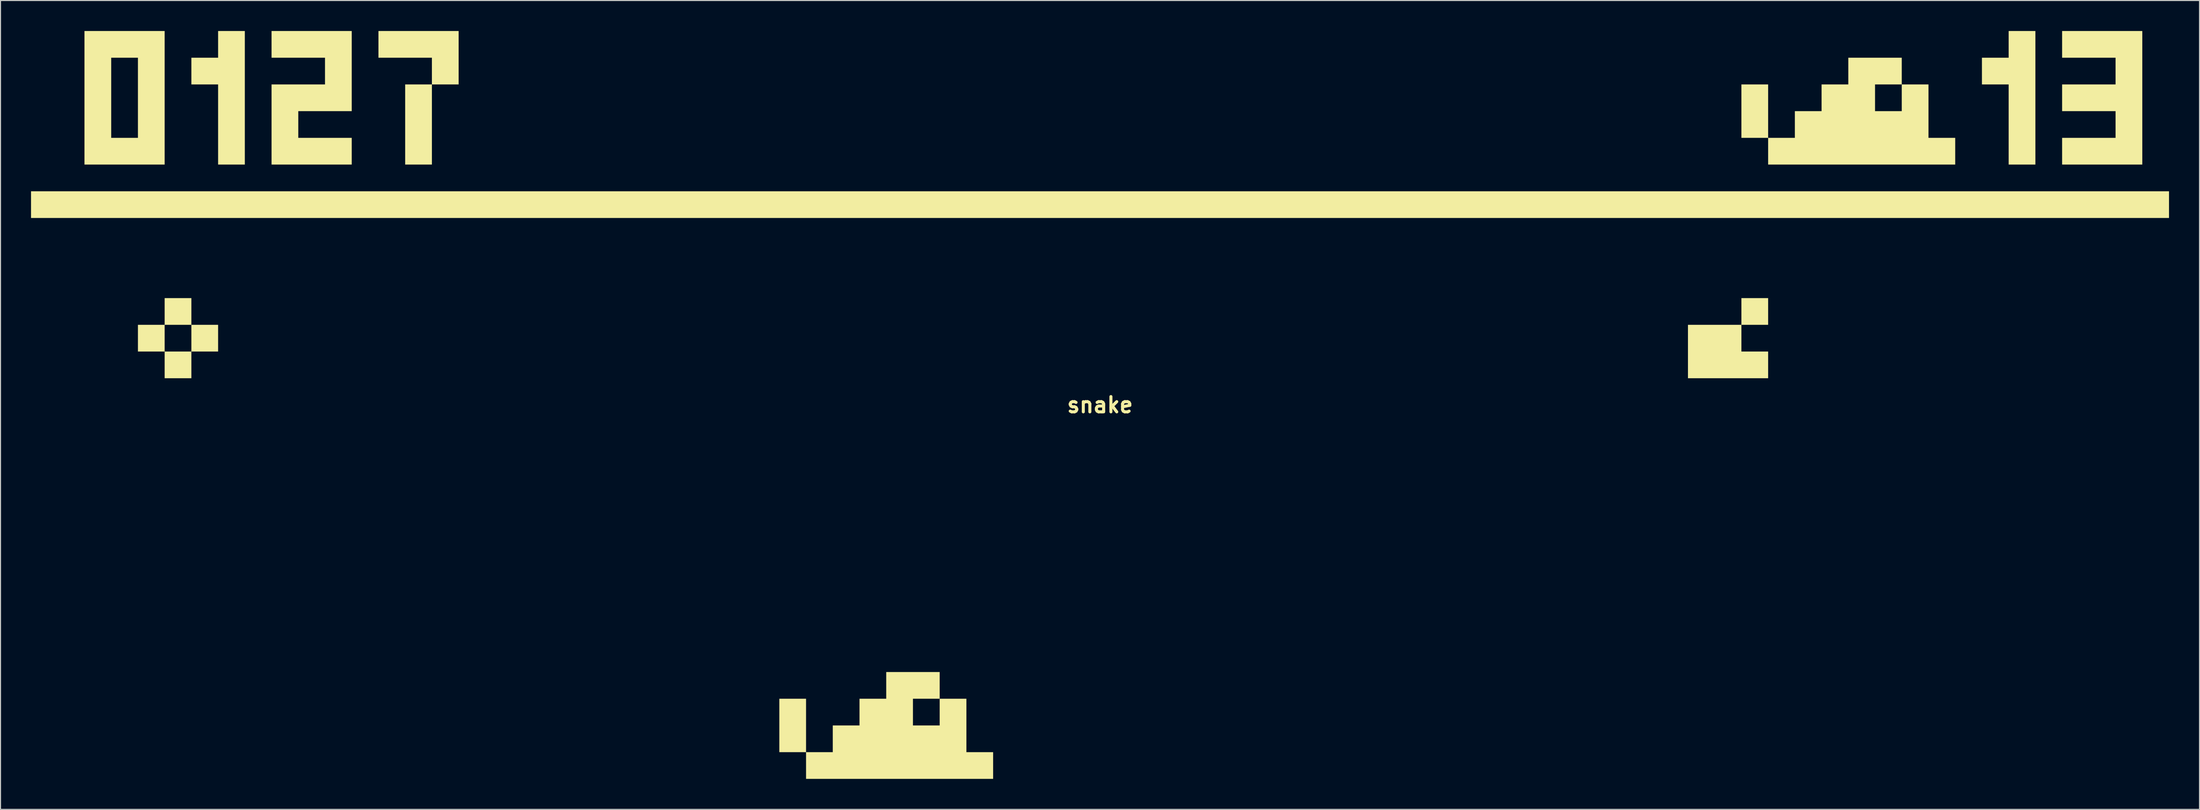
<source format=kicad_pcb>
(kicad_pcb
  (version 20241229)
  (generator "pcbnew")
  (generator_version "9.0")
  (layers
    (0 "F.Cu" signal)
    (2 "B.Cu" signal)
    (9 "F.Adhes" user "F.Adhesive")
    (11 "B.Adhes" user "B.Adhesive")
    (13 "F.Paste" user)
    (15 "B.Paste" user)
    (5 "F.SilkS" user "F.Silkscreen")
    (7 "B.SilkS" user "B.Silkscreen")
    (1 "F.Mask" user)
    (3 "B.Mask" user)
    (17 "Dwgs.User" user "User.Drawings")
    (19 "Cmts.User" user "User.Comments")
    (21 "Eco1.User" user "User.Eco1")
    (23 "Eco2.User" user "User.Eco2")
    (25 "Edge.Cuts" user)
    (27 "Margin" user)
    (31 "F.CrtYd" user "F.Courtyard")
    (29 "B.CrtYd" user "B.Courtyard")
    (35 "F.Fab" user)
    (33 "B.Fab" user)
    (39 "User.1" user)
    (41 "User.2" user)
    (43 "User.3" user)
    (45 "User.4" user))
  (footprint "snake"
    (layer "F.Cu")
    (at 105.067 36.774)
    (property "Reference" "snake" (at 0 0 0) (layer "F.SilkS") (effects (font (size 1.5 1.5) (thickness 0.3))))
    (attr board_only exclude_from_pos_files exclude_from_bom)
    (fp_poly (pts (xy 105.067 -19.7) (xy 105.067 -18.387) (xy 0 -18.387) (xy -105.067 -18.387) (xy -105.067 -19.7) (xy -105.067 -21.013) (xy 0 -21.013) (xy 105.067 -21.013)) (stroke (width 0) (type solid)) (fill yes) (layer "F.SilkS"))
    (fp_poly (pts (xy -84.054 -30.207) (xy -84.054 -23.64) (xy -85.367 -23.64) (xy -86.68 -23.64) (xy -86.68 -27.58) (xy -86.68 -31.52) (xy -87.994 -31.52) (xy -89.307 -31.52) (xy -89.307 -32.834) (xy -89.307 -34.147) (xy -87.994 -34.147) (xy -86.68 -34.147) (xy -86.68 -35.46) (xy -86.68 -36.774) (xy -85.367 -36.774) (xy -84.054 -36.774)) (stroke (width 0) (type solid)) (fill yes) (layer "F.SilkS"))
    (fp_poly (pts (xy 91.934 -30.207) (xy 91.934 -23.64) (xy 90.62 -23.64) (xy 89.307 -23.64) (xy 89.307 -27.58) (xy 89.307 -31.52) (xy 87.994 -31.52) (xy 86.68 -31.52) (xy 86.68 -32.834) (xy 86.68 -34.147) (xy 87.994 -34.147) (xy 89.307 -34.147) (xy 89.307 -35.46) (xy 89.307 -36.774) (xy 90.62 -36.774) (xy 91.934 -36.774)) (stroke (width 0) (type solid)) (fill yes) (layer "F.SilkS"))
    (fp_poly (pts (xy -91.934 -30.207) (xy -91.934 -23.64) (xy -95.874 -23.64) (xy -99.814 -23.64) (xy -99.814 -30.207) (xy -97.187 -30.207) (xy -97.187 -26.267) (xy -95.874 -26.267) (xy -94.56 -26.267) (xy -94.56 -30.207) (xy -94.56 -34.147) (xy -95.874 -34.147) (xy -97.187 -34.147) (xy -97.187 -30.207) (xy -99.814 -30.207) (xy -99.814 -36.774) (xy -95.874 -36.774) (xy -91.934 -36.774)) (stroke (width 0) (type solid)) (fill yes) (layer "F.SilkS"))
    (fp_poly (pts (xy -63.04 -34.147) (xy -63.04 -31.52) (xy -64.354 -31.52) (xy -65.667 -31.52) (xy -65.667 -27.58) (xy -65.667 -23.64) (xy -66.98 -23.64) (xy -68.294 -23.64) (xy -68.294 -27.58) (xy -68.294 -31.52) (xy -66.98 -31.52) (xy -65.667 -31.52) (xy -65.667 -32.834) (xy -65.667 -34.147) (xy -68.294 -34.147) (xy -70.92 -34.147) (xy -70.92 -35.46) (xy -70.92 -36.774) (xy -66.98 -36.774) (xy -63.04 -36.774)) (stroke (width 0) (type solid)) (fill yes) (layer "F.SilkS"))
    (fp_poly (pts (xy 65.667 -9.193) (xy 65.667 -7.88) (xy 64.354 -7.88) (xy 63.04 -7.88) (xy 63.04 -6.567) (xy 63.04 -5.253) (xy 64.354 -5.253) (xy 65.667 -5.253) (xy 65.667 -3.94) (xy 65.667 -2.627) (xy 61.727 -2.627) (xy 57.787 -2.627) (xy 57.787 -5.253) (xy 57.787 -7.88) (xy 60.414 -7.88) (xy 63.04 -7.88) (xy 63.04 -9.193) (xy 63.04 -10.507) (xy 64.354 -10.507) (xy 65.667 -10.507)) (stroke (width 0) (type solid)) (fill yes) (layer "F.SilkS"))
    (fp_poly (pts (xy -73.547 -32.834) (xy -73.547 -28.893) (xy -76.174 -28.893) (xy -78.8 -28.893) (xy -78.8 -27.58) (xy -78.8 -26.267) (xy -76.174 -26.267) (xy -73.547 -26.267) (xy -73.547 -24.953) (xy -73.547 -23.64) (xy -77.487 -23.64) (xy -81.427 -23.64) (xy -81.427 -27.58) (xy -81.427 -31.52) (xy -78.8 -31.52) (xy -76.174 -31.52) (xy -76.174 -32.834) (xy -76.174 -34.147) (xy -78.8 -34.147) (xy -81.427 -34.147) (xy -81.427 -35.46) (xy -81.427 -36.774) (xy -77.487 -36.774) (xy -73.547 -36.774)) (stroke (width 0) (type solid)) (fill yes) (layer "F.SilkS"))
    (fp_poly (pts (xy 102.441 -30.207) (xy 102.441 -23.64) (xy 98.501 -23.64) (xy 94.56 -23.64) (xy 94.56 -24.953) (xy 94.56 -26.267) (xy 97.187 -26.267) (xy 99.814 -26.267) (xy 99.814 -27.58) (xy 99.814 -28.893) (xy 97.187 -28.893) (xy 94.56 -28.893) (xy 94.56 -30.207) (xy 94.56 -31.52) (xy 97.187 -31.52) (xy 99.814 -31.52) (xy 99.814 -32.834) (xy 99.814 -34.147) (xy 97.187 -34.147) (xy 94.56 -34.147) (xy 94.56 -35.46) (xy 94.56 -36.774) (xy 98.501 -36.774) (xy 102.441 -36.774)) (stroke (width 0) (type solid)) (fill yes) (layer "F.SilkS"))
    (fp_poly (pts (xy -89.307 -9.193) (xy -89.307 -7.88) (xy -90.62 -7.88) (xy -91.934 -7.88) (xy -91.934 -6.567) (xy -91.934 -5.253) (xy -90.62 -5.253) (xy -89.307 -5.253) (xy -89.307 -6.567) (xy -89.307 -7.88) (xy -87.994 -7.88) (xy -86.68 -7.88) (xy -86.68 -6.567) (xy -86.68 -5.253) (xy -87.994 -5.253) (xy -89.307 -5.253) (xy -89.307 -3.94) (xy -89.307 -2.627) (xy -90.62 -2.627) (xy -91.934 -2.627) (xy -91.934 -3.94) (xy -91.934 -5.253) (xy -93.247 -5.253) (xy -94.56 -5.253) (xy -94.56 -6.567) (xy -94.56 -7.88) (xy -93.247 -7.88) (xy -91.934 -7.88) (xy -91.934 -9.193) (xy -91.934 -10.507) (xy -90.62 -10.507) (xy -89.307 -10.507)) (stroke (width 0) (type solid)) (fill yes) (layer "F.SilkS"))
    (fp_poly (pts (xy -15.76 27.58) (xy -15.76 28.893) (xy -17.073 28.893) (xy -18.387 28.893) (xy -18.387 30.207) (xy -18.387 31.52) (xy -17.073 31.52) (xy -15.76 31.52) (xy -15.76 30.207) (xy -15.76 28.893) (xy -14.447 28.893) (xy -13.133 28.893) (xy -13.133 31.52) (xy -13.133 34.147) (xy -11.82 34.147) (xy -10.507 34.147) (xy -10.507 35.46) (xy -10.507 36.774) (xy -19.7 36.774) (xy -28.893 36.774) (xy -28.893 35.46) (xy -28.893 34.147) (xy -30.207 34.147) (xy -31.52 34.147) (xy -31.52 31.52) (xy -31.52 28.893) (xy -30.207 28.893) (xy -28.893 28.893) (xy -28.893 31.52) (xy -28.893 34.147) (xy -27.58 34.147) (xy -26.267 34.147) (xy -26.267 32.834) (xy -26.267 31.52) (xy -24.953 31.52) (xy -23.64 31.52) (xy -23.64 30.207) (xy -23.64 28.893) (xy -22.327 28.893) (xy -21.013 28.893) (xy -21.013 27.58) (xy -21.013 26.267) (xy -18.387 26.267) (xy -15.76 26.267)) (stroke (width 0) (type solid)) (fill yes) (layer "F.SilkS"))
    (fp_poly (pts (xy 78.8 -32.834) (xy 78.8 -31.52) (xy 77.487 -31.52) (xy 76.174 -31.52) (xy 76.174 -30.207) (xy 76.174 -28.893) (xy 77.487 -28.893) (xy 78.8 -28.893) (xy 78.8 -30.207) (xy 78.8 -31.52) (xy 80.114 -31.52) (xy 81.427 -31.52) (xy 81.427 -28.893) (xy 81.427 -26.267) (xy 82.74 -26.267) (xy 84.054 -26.267) (xy 84.054 -24.953) (xy 84.054 -23.64) (xy 74.86 -23.64) (xy 65.667 -23.64) (xy 65.667 -24.953) (xy 65.667 -26.267) (xy 64.354 -26.267) (xy 63.04 -26.267) (xy 63.04 -28.893) (xy 63.04 -31.52) (xy 64.354 -31.52) (xy 65.667 -31.52) (xy 65.667 -28.893) (xy 65.667 -26.267) (xy 66.98 -26.267) (xy 68.294 -26.267) (xy 68.294 -27.58) (xy 68.294 -28.893) (xy 69.607 -28.893) (xy 70.92 -28.893) (xy 70.92 -30.207) (xy 70.92 -31.52) (xy 72.234 -31.52) (xy 73.547 -31.52) (xy 73.547 -32.834) (xy 73.547 -34.147) (xy 76.174 -34.147) (xy 78.8 -34.147)) (stroke (width 0) (type solid)) (fill yes) (layer "F.SilkS")))
  (gr_rect
    (start -3 -3)
    (end 213.134 76.547)
    (stroke (width 0.1) (type default))
    (fill no)
    (layer "Edge.Cuts")))
</source>
